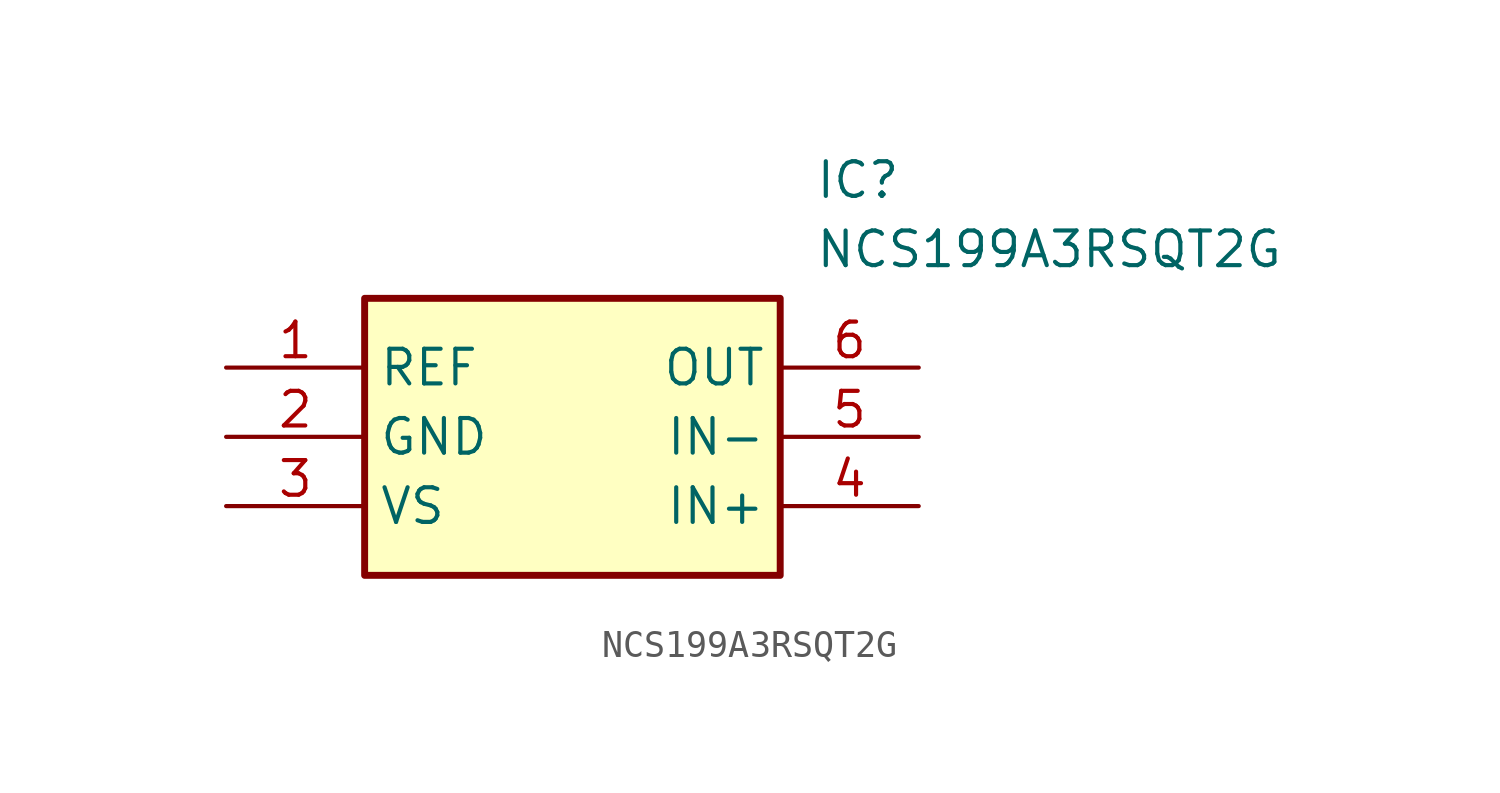
<source format=kicad_sym>
(kicad_symbol_lib
  (version 20220914)
  (generator kicad_symbol_editor)
  (symbol "NCS199A3RSQT2G"
    (property "Reference" "IC"
      (at 21.59 7.62 0)
      (effects (font (size 1.27 1.27)) (justify left top)))
    (property "Value" "NCS199A3RSQT2G"
      (at 21.59 5.08 0)
      (effects (font (size 1.27 1.27)) (justify left top)))
    (symbol "NCS199A3RSQT2G_1_1"
      (rectangle (start 5.08 2.54) (end 20.32 -7.62) (stroke (width 0.254) (type default)) (fill (type background)))
      (pin passive line (at 0 0 0) (length 5.08) (name "REF" (effects (font (size 1.27 1.27)))) (number "1" (effects (font (size 1.27 1.27)))))
      (pin passive line (at 0 -2.54 0) (length 5.08) (name "GND" (effects (font (size 1.27 1.27)))) (number "2" (effects (font (size 1.27 1.27)))))
      (pin passive line (at 0 -5.08 0) (length 5.08) (name "VS" (effects (font (size 1.27 1.27)))) (number "3" (effects (font (size 1.27 1.27)))))
      (pin passive line (at 25.4 -5.08 180) (length 5.08) (name "IN+" (effects (font (size 1.27 1.27)))) (number "4" (effects (font (size 1.27 1.27)))))
      (pin passive line (at 25.4 -2.54 180) (length 5.08) (name "IN-" (effects (font (size 1.27 1.27)))) (number "5" (effects (font (size 1.27 1.27)))))
      (pin passive line (at 25.4 0 180) (length 5.08) (name "OUT" (effects (font (size 1.27 1.27)))) (number "6" (effects (font (size 1.27 1.27))))))))
</source>
